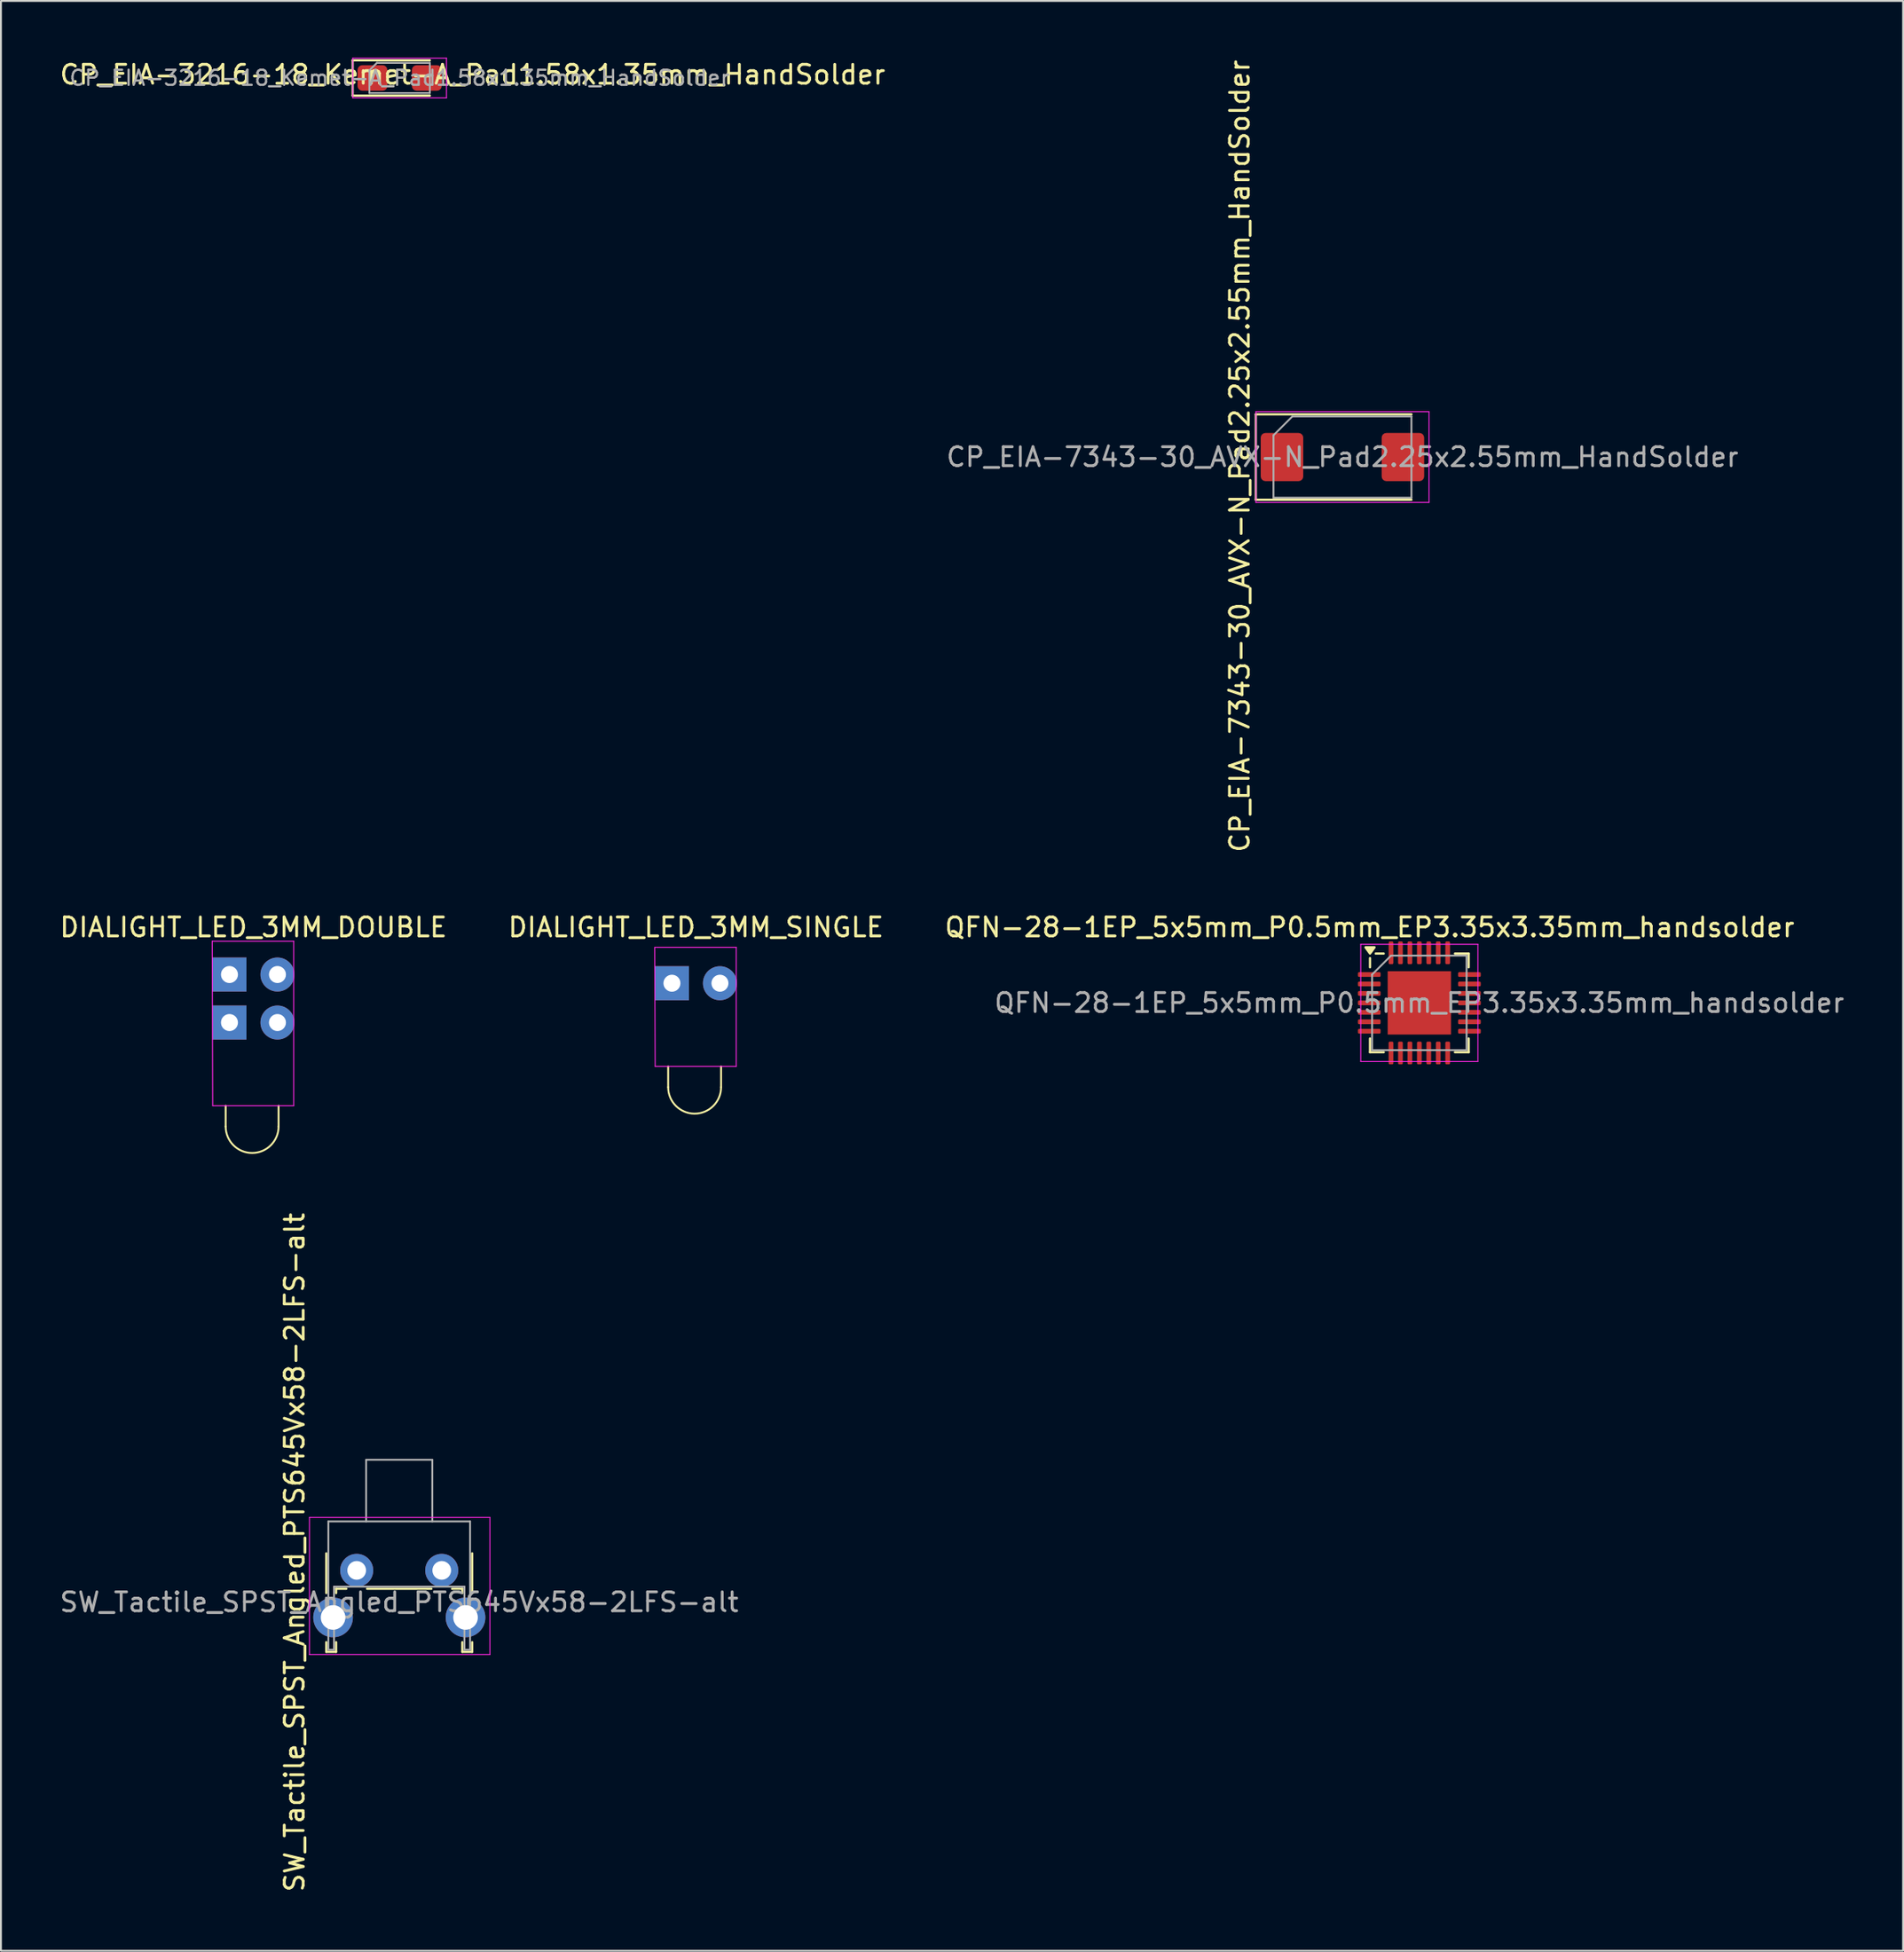
<source format=kicad_pcb>
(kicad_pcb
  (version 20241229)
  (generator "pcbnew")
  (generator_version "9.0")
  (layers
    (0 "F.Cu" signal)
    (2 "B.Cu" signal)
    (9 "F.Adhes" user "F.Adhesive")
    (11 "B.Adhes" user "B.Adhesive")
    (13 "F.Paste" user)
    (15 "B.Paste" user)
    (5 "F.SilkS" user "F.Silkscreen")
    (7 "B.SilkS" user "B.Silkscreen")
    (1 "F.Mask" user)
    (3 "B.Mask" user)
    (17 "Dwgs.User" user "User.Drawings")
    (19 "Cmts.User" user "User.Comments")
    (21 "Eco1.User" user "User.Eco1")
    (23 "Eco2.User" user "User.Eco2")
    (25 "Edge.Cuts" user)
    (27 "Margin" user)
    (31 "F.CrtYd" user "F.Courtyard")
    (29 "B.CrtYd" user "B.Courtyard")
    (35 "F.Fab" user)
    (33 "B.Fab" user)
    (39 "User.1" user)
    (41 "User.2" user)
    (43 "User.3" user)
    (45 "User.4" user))
  (footprint "SW_Tactile_SPST_Angled_PTS645Vx58-2LFS-alt"
    (layer "F.Cu")
    (at 15.827 80.024)
    (property "Reference" "SW_Tactile_SPST_Angled_PTS645Vx58-2LFS-alt" (at -3.288 -0.954 90) (layer "F.SilkS") (effects (font (size 1 1) (thickness 0.15))))
    (attr through_hole)
    (fp_line (start -1.61 -0.9) (end -1.61 1.2) (stroke (width 0.12) (type solid)) (layer "F.SilkS"))
    (fp_line (start -1.61 3.8) (end -1.61 4.31) (stroke (width 0.12) (type solid)) (layer "F.SilkS"))
    (fp_line (start -1.61 4.31) (end -1.09 4.31) (stroke (width 0.12) (type solid)) (layer "F.SilkS"))
    (fp_line (start -1.09 0.97) (end -1.09 1.2) (stroke (width 0.12) (type solid)) (layer "F.SilkS"))
    (fp_line (start -1.09 0.97) (end -0.55 0.97) (stroke (width 0.12) (type solid)) (layer "F.SilkS"))
    (fp_line (start -1.09 3.8) (end -1.09 4.31) (stroke (width 0.12) (type solid)) (layer "F.SilkS"))
    (fp_line (start 0.55 0.97) (end 3.95 0.97) (stroke (width 0.12) (type solid)) (layer "F.SilkS"))
    (fp_line (start 5.05 0.97) (end 5.59 0.97) (stroke (width 0.12) (type solid)) (layer "F.SilkS"))
    (fp_line (start 5.59 0.97) (end 5.59 1.2) (stroke (width 0.12) (type solid)) (layer "F.SilkS"))
    (fp_line (start 5.59 3.8) (end 5.59 4.31) (stroke (width 0.12) (type solid)) (layer "F.SilkS"))
    (fp_line (start 5.59 4.31) (end 6.11 4.31) (stroke (width 0.12) (type solid)) (layer "F.SilkS"))
    (fp_line (start 6.11 -0.9) (end 6.11 1.2) (stroke (width 0.12) (type solid)) (layer "F.SilkS"))
    (fp_line (start 6.11 3.8) (end 6.11 4.31) (stroke (width 0.12) (type solid)) (layer "F.SilkS"))
    (fp_line (start -2.5 -2.8) (end 7.05 -2.8) (stroke (width 0.05) (type solid)) (layer "F.CrtYd"))
    (fp_line (start -2.5 4.45) (end -2.5 -2.8) (stroke (width 0.05) (type solid)) (layer "F.CrtYd"))
    (fp_line (start 7.05 -2.8) (end 7.05 4.45) (stroke (width 0.05) (type solid)) (layer "F.CrtYd"))
    (fp_line (start 7.05 4.45) (end -2.5 4.45) (stroke (width 0.05) (type solid)) (layer "F.CrtYd"))
    (fp_line (start -1.5 -2.59) (end 6 -2.59) (stroke (width 0.1) (type solid)) (layer "F.Fab"))
    (fp_line (start -1.5 4.2) (end -1.5 -2.59) (stroke (width 0.1) (type solid)) (layer "F.Fab"))
    (fp_line (start -1.5 4.2) (end -1.2 4.2) (stroke (width 0.1) (type solid)) (layer "F.Fab"))
    (fp_line (start -1.2 0.86) (end 5.7 0.86) (stroke (width 0.1) (type solid)) (layer "F.Fab"))
    (fp_line (start -1.2 4.2) (end -1.2 0.86) (stroke (width 0.1) (type solid)) (layer "F.Fab"))
    (fp_line (start 0.5 -5.85) (end 0.5 -2.59) (stroke (width 0.1) (type solid)) (layer "F.Fab"))
    (fp_line (start 0.5 -5.85) (end 4 -5.85) (stroke (width 0.1) (type solid)) (layer "F.Fab"))
    (fp_line (start 4 -5.85) (end 4 -2.59) (stroke (width 0.1) (type solid)) (layer "F.Fab"))
    (fp_line (start 5.7 4.2) (end 5.7 0.86) (stroke (width 0.1) (type solid)) (layer "F.Fab"))
    (fp_line (start 5.7 4.2) (end 6 4.2) (stroke (width 0.1) (type solid)) (layer "F.Fab"))
    (fp_line (start 6 4.2) (end 6 -2.59) (stroke (width 0.1) (type solid)) (layer "F.Fab"))
    (fp_text user "${REFERENCE}" (at 2.25 1.68 0) (layer "F.Fab") (effects (font (size 1 1) (thickness 0.15))))
    (pad "1" thru_hole circle (at 0 0) (size 1.75 1.75) (drill 0.99) (layers "*.Cu" "*.Mask"))
    (pad "2" thru_hole circle (at 4.5 0) (size 1.75 1.75) (drill 0.99) (layers "*.Cu" "*.Mask"))
    (pad "SH" thru_hole circle (at -1.25 2.49) (size 2.1 2.1) (drill 1.3) (layers "*.Cu" "*.Mask"))
    (pad "SH" thru_hole circle (at 5.76 2.49) (size 2.1 2.1) (drill 1.3) (layers "*.Cu" "*.Mask")))
  (footprint "DIALIGHT_LED_3MM_SINGLE"
    (layer "F.Cu")
    (at 32.51 48.963)
    (property "Reference" "DIALIGHT_LED_3MM_SINGLE" (at 1.27 -2.96 0) (layer "F.SilkS") (effects (font (size 1 1) (thickness 0.15))))
    (attr through_hole)
    (fp_line (start -0.2 5.5) (end -0.2 4.4) (stroke (width 0.1) (type default)) (layer "F.SilkS"))
    (fp_line (start 2.6 5.5) (end 2.6 4.4) (stroke (width 0.1) (type default)) (layer "F.SilkS"))
    (fp_arc (start 2.6 5.5) (mid 1.2 6.9) (end -0.2 5.5) (stroke (width 0.1) (type default)) (layer "F.SilkS"))
    (fp_line (start -0.912 -1.9) (end -0.887 4.4) (stroke (width 0.05) (type solid)) (layer "F.CrtYd"))
    (fp_line (start -0.887 4.4) (end 3.4 4.4) (stroke (width 0.05) (type solid)) (layer "F.CrtYd"))
    (fp_line (start 3.4 -1.9) (end -0.912 -1.9) (stroke (width 0.05) (type solid)) (layer "F.CrtYd"))
    (fp_line (start 3.4 4.4) (end 3.4 -1.9) (stroke (width 0.05) (type solid)) (layer "F.CrtYd"))
    (pad "1" thru_hole rect (at 0 0) (size 1.8 1.8) (drill 0.9) (layers "*.Cu" "*.Mask"))
    (pad "2" thru_hole circle (at 2.54 0) (size 1.8 1.8) (drill 0.9) (layers "*.Cu" "*.Mask")))
  (footprint "DIALIGHT_LED_3MM_DOUBLE"
    (layer "F.Cu")
    (at 9.093 48.503)
    (property "Reference" "DIALIGHT_LED_3MM_DOUBLE" (at 1.27 -2.499 0) (layer "F.SilkS") (effects (font (size 1 1) (thickness 0.15))))
    (attr through_hole)
    (fp_line (start -0.2 8.04) (end -0.2 6.94) (stroke (width 0.1) (type default)) (layer "F.SilkS"))
    (fp_line (start 2.6 8.04) (end 2.6 6.94) (stroke (width 0.1) (type default)) (layer "F.SilkS"))
    (fp_arc (start 2.6 8.04) (mid 1.2 9.44) (end -0.2 8.04) (stroke (width 0.1) (type default)) (layer "F.SilkS"))
    (fp_line (start -0.912 -1.76) (end -0.887 6.94) (stroke (width 0.05) (type solid)) (layer "F.CrtYd"))
    (fp_line (start -0.887 6.94) (end 3.4 6.94) (stroke (width 0.05) (type solid)) (layer "F.CrtYd"))
    (fp_line (start 3.4 -1.76) (end -0.912 -1.76) (stroke (width 0.05) (type solid)) (layer "F.CrtYd"))
    (fp_line (start 3.4 6.94) (end 3.4 -1.76) (stroke (width 0.05) (type solid)) (layer "F.CrtYd"))
    (pad "1" thru_hole rect (at 0 0) (size 1.8 1.8) (drill 0.9) (layers "*.Cu" "*.Mask"))
    (pad "2" thru_hole circle (at 2.54 0) (size 1.8 1.8) (drill 0.9) (layers "*.Cu" "*.Mask"))
    (pad "3" thru_hole rect (at 0 2.54) (size 1.8 1.8) (drill 0.9) (layers "*.Cu" "*.Mask"))
    (pad "4" thru_hole circle (at 2.54 2.54) (size 1.8 1.8) (drill 0.9) (layers "*.Cu" "*.Mask")))
  (footprint "CP_EIA-3216-18_Kemet-A_Pad1.58x1.35mm_HandSolder"
    (layer "F.Cu")
    (at 18.098 1.075)
    (property "Reference" "CP_EIA-3216-18_Kemet-A_Pad1.58x1.35mm_HandSolder" (at 3.861 -0.178 0) (layer "F.SilkS") (effects (font (size 1 1) (thickness 0.15))))
    (attr smd)
    (fp_line (start -2.485 -0.935) (end -2.485 0.935) (stroke (width 0.12) (type solid)) (layer "F.SilkS"))
    (fp_line (start -2.485 0.935) (end 1.6 0.935) (stroke (width 0.12) (type solid)) (layer "F.SilkS"))
    (fp_line (start 1.6 -0.935) (end -2.485 -0.935) (stroke (width 0.12) (type solid)) (layer "F.SilkS"))
    (fp_line (start -2.48 -1.05) (end 2.48 -1.05) (stroke (width 0.05) (type solid)) (layer "F.CrtYd"))
    (fp_line (start -2.48 1.05) (end -2.48 -1.05) (stroke (width 0.05) (type solid)) (layer "F.CrtYd"))
    (fp_line (start 2.48 -1.05) (end 2.48 1.05) (stroke (width 0.05) (type solid)) (layer "F.CrtYd"))
    (fp_line (start 2.48 1.05) (end -2.48 1.05) (stroke (width 0.05) (type solid)) (layer "F.CrtYd"))
    (fp_line (start -1.6 -0.4) (end -1.6 0.8) (stroke (width 0.1) (type solid)) (layer "F.Fab"))
    (fp_line (start -1.6 0.8) (end 1.6 0.8) (stroke (width 0.1) (type solid)) (layer "F.Fab"))
    (fp_line (start -1.2 -0.8) (end -1.6 -0.4) (stroke (width 0.1) (type solid)) (layer "F.Fab"))
    (fp_line (start 1.6 -0.8) (end -1.2 -0.8) (stroke (width 0.1) (type solid)) (layer "F.Fab"))
    (fp_line (start 1.6 0.8) (end 1.6 -0.8) (stroke (width 0.1) (type solid)) (layer "F.Fab"))
    (fp_text user "${REFERENCE}" (at 0 0 0) (layer "F.Fab") (effects (font (size 0.8 0.8) (thickness 0.12))))
    (pad "1" smd roundrect (at -1.438 0) (size 1.575 1.35) (layers "F.Cu" "F.Mask" "F.Paste") (roundrect_rratio 0.185))
    (pad "2" smd roundrect (at 1.438 0) (size 1.575 1.35) (layers "F.Cu" "F.Mask" "F.Paste") (roundrect_rratio 0.185)))
  (footprint "CP_EIA-7343-30_AVX-N_Pad2.25x2.55mm_HandSolder"
    (layer "F.Cu")
    (at 67.994 21.128)
    (property "Reference" "CP_EIA-7343-30_AVX-N_Pad2.25x2.55mm_HandSolder" (at -5.435 -0.051 90) (layer "F.SilkS") (effects (font (size 1 1) (thickness 0.15))))
    (attr smd)
    (fp_line (start -4.585 -2.26) (end -4.585 2.26) (stroke (width 0.12) (type solid)) (layer "F.SilkS"))
    (fp_line (start -4.585 2.26) (end 3.65 2.26) (stroke (width 0.12) (type solid)) (layer "F.SilkS"))
    (fp_line (start 3.65 -2.26) (end -4.585 -2.26) (stroke (width 0.12) (type solid)) (layer "F.SilkS"))
    (fp_line (start -4.58 -2.4) (end 4.58 -2.4) (stroke (width 0.05) (type solid)) (layer "F.CrtYd"))
    (fp_line (start -4.58 2.4) (end -4.58 -2.4) (stroke (width 0.05) (type solid)) (layer "F.CrtYd"))
    (fp_line (start 4.58 -2.4) (end 4.58 2.4) (stroke (width 0.05) (type solid)) (layer "F.CrtYd"))
    (fp_line (start 4.58 2.4) (end -4.58 2.4) (stroke (width 0.05) (type solid)) (layer "F.CrtYd"))
    (fp_line (start -3.65 -1.15) (end -3.65 2.15) (stroke (width 0.1) (type solid)) (layer "F.Fab"))
    (fp_line (start -3.65 2.15) (end 3.65 2.15) (stroke (width 0.1) (type solid)) (layer "F.Fab"))
    (fp_line (start -2.65 -2.15) (end -3.65 -1.15) (stroke (width 0.1) (type solid)) (layer "F.Fab"))
    (fp_line (start 3.65 -2.15) (end -2.65 -2.15) (stroke (width 0.1) (type solid)) (layer "F.Fab"))
    (fp_line (start 3.65 2.15) (end 3.65 -2.15) (stroke (width 0.1) (type solid)) (layer "F.Fab"))
    (fp_text user "${REFERENCE}" (at 0 0 0) (layer "F.Fab") (effects (font (size 1 1) (thickness 0.15))))
    (pad "1" smd roundrect (at -3.2 0) (size 2.25 2.55) (layers "F.Cu" "F.Mask" "F.Paste") (roundrect_rratio 0.111))
    (pad "2" smd roundrect (at 3.2 0) (size 2.25 2.55) (layers "F.Cu" "F.Mask" "F.Paste") (roundrect_rratio 0.111)))
  (footprint "QFN-28-1EP_5x5mm_P0.5mm_EP3.35x3.35mm_handsolder"
    (layer "F.Cu")
    (at 72.063 50.004)
    (property "Reference" "QFN-28-1EP_5x5mm_P0.5mm_EP3.35x3.35mm_handsolder" (at -2.628 -4 0) (layer "F.SilkS") (effects (font (size 1 1) (thickness 0.15))))
    (attr smd)
    (fp_line (start -2.61 -1.885) (end -2.61 -2.37) (stroke (width 0.12) (type solid)) (layer "F.SilkS"))
    (fp_line (start -2.61 2.61) (end -2.61 1.885) (stroke (width 0.12) (type solid)) (layer "F.SilkS"))
    (fp_line (start -1.885 -2.61) (end -2.31 -2.61) (stroke (width 0.12) (type solid)) (layer "F.SilkS"))
    (fp_line (start -1.885 2.61) (end -2.61 2.61) (stroke (width 0.12) (type solid)) (layer "F.SilkS"))
    (fp_line (start 1.885 -2.61) (end 2.61 -2.61) (stroke (width 0.12) (type solid)) (layer "F.SilkS"))
    (fp_line (start 1.885 2.61) (end 2.61 2.61) (stroke (width 0.12) (type solid)) (layer "F.SilkS"))
    (fp_line (start 2.61 -2.61) (end 2.61 -1.885) (stroke (width 0.12) (type solid)) (layer "F.SilkS"))
    (fp_line (start 2.61 2.61) (end 2.61 1.885) (stroke (width 0.12) (type solid)) (layer "F.SilkS"))
    (fp_poly (pts (xy -2.61 -2.61) (xy -2.85 -2.94) (xy -2.37 -2.94) (xy -2.61 -2.61)) (stroke (width 0.12) (type solid)) (fill yes) (layer "F.SilkS"))
    (fp_line (start -3.1 -3.1) (end -3.1 3.1) (stroke (width 0.05) (type solid)) (layer "F.CrtYd"))
    (fp_line (start -3.1 3.1) (end 3.1 3.1) (stroke (width 0.05) (type solid)) (layer "F.CrtYd"))
    (fp_line (start 3.1 -3.1) (end -3.1 -3.1) (stroke (width 0.05) (type solid)) (layer "F.CrtYd"))
    (fp_line (start 3.1 3.1) (end 3.1 -3.1) (stroke (width 0.05) (type solid)) (layer "F.CrtYd"))
    (fp_line (start -2.5 -1.5) (end -1.5 -2.5) (stroke (width 0.1) (type solid)) (layer "F.Fab"))
    (fp_line (start -2.5 2.5) (end -2.5 -1.5) (stroke (width 0.1) (type solid)) (layer "F.Fab"))
    (fp_line (start -1.5 -2.5) (end 2.5 -2.5) (stroke (width 0.1) (type solid)) (layer "F.Fab"))
    (fp_line (start 2.5 -2.5) (end 2.5 2.5) (stroke (width 0.1) (type solid)) (layer "F.Fab"))
    (fp_line (start 2.5 2.5) (end -2.5 2.5) (stroke (width 0.1) (type solid)) (layer "F.Fab"))
    (fp_text user "${REFERENCE}" (at 0 0 0) (layer "F.Fab") (effects (font (size 1 1) (thickness 0.15))))
    (pad "" smd roundrect (at -1.12 -1.12) (size 0.9 0.9) (layers "F.Paste") (roundrect_rratio 0.25))
    (pad "" smd roundrect (at -1.12 0) (size 0.9 0.9) (layers "F.Paste") (roundrect_rratio 0.25))
    (pad "" smd roundrect (at -1.12 1.12) (size 0.9 0.9) (layers "F.Paste") (roundrect_rratio 0.25))
    (pad "" smd roundrect (at 0 -1.12) (size 0.9 0.9) (layers "F.Paste") (roundrect_rratio 0.25))
    (pad "" smd roundrect (at 0 0) (size 0.9 0.9) (layers "F.Paste") (roundrect_rratio 0.25))
    (pad "" smd roundrect (at 0 1.12) (size 0.9 0.9) (layers "F.Paste") (roundrect_rratio 0.25))
    (pad "" smd roundrect (at 1.12 -1.12) (size 0.9 0.9) (layers "F.Paste") (roundrect_rratio 0.25))
    (pad "" smd roundrect (at 1.12 0) (size 0.9 0.9) (layers "F.Paste") (roundrect_rratio 0.25))
    (pad "" smd roundrect (at 1.12 1.12) (size 0.9 0.9) (layers "F.Paste") (roundrect_rratio 0.25))
    (pad "1" smd roundrect (at -2.65 -1.5) (size 1.2 0.25) (layers "F.Cu" "F.Mask" "F.Paste") (roundrect_rratio 0.25))
    (pad "2" smd roundrect (at -2.65 -1) (size 1.2 0.25) (layers "F.Cu" "F.Mask" "F.Paste") (roundrect_rratio 0.25))
    (pad "3" smd roundrect (at -2.65 -0.5) (size 1.2 0.25) (layers "F.Cu" "F.Mask" "F.Paste") (roundrect_rratio 0.25))
    (pad "4" smd roundrect (at -2.65 0) (size 1.2 0.25) (layers "F.Cu" "F.Mask" "F.Paste") (roundrect_rratio 0.25))
    (pad "5" smd roundrect (at -2.65 0.5) (size 1.2 0.25) (layers "F.Cu" "F.Mask" "F.Paste") (roundrect_rratio 0.25))
    (pad "6" smd roundrect (at -2.65 1) (size 1.2 0.25) (layers "F.Cu" "F.Mask" "F.Paste") (roundrect_rratio 0.25))
    (pad "7" smd roundrect (at -2.65 1.5) (size 1.2 0.25) (layers "F.Cu" "F.Mask" "F.Paste") (roundrect_rratio 0.25))
    (pad "8" smd roundrect (at -1.5 2.65) (size 0.25 1.2) (layers "F.Cu" "F.Mask" "F.Paste") (roundrect_rratio 0.25))
    (pad "9" smd roundrect (at -1 2.65) (size 0.25 1.2) (layers "F.Cu" "F.Mask" "F.Paste") (roundrect_rratio 0.25))
    (pad "10" smd roundrect (at -0.5 2.65) (size 0.25 1.2) (layers "F.Cu" "F.Mask" "F.Paste") (roundrect_rratio 0.25))
    (pad "11" smd roundrect (at 0 2.65) (size 0.25 1.2) (layers "F.Cu" "F.Mask" "F.Paste") (roundrect_rratio 0.25))
    (pad "12" smd roundrect (at 0.5 2.65) (size 0.25 1.2) (layers "F.Cu" "F.Mask" "F.Paste") (roundrect_rratio 0.25))
    (pad "13" smd roundrect (at 1 2.65) (size 0.25 1.2) (layers "F.Cu" "F.Mask" "F.Paste") (roundrect_rratio 0.25))
    (pad "14" smd roundrect (at 1.5 2.65) (size 0.25 1.2) (layers "F.Cu" "F.Mask" "F.Paste") (roundrect_rratio 0.25))
    (pad "15" smd roundrect (at 2.65 1.5) (size 1.2 0.25) (layers "F.Cu" "F.Mask" "F.Paste") (roundrect_rratio 0.25))
    (pad "16" smd roundrect (at 2.65 1) (size 1.2 0.25) (layers "F.Cu" "F.Mask" "F.Paste") (roundrect_rratio 0.25))
    (pad "17" smd roundrect (at 2.65 0.5) (size 1.2 0.25) (layers "F.Cu" "F.Mask" "F.Paste") (roundrect_rratio 0.25))
    (pad "18" smd roundrect (at 2.65 0) (size 1.2 0.25) (layers "F.Cu" "F.Mask" "F.Paste") (roundrect_rratio 0.25))
    (pad "19" smd roundrect (at 2.65 -0.5) (size 1.2 0.25) (layers "F.Cu" "F.Mask" "F.Paste") (roundrect_rratio 0.25))
    (pad "20" smd roundrect (at 2.65 -1) (size 1.2 0.25) (layers "F.Cu" "F.Mask" "F.Paste") (roundrect_rratio 0.25))
    (pad "21" smd roundrect (at 2.65 -1.5) (size 1.2 0.25) (layers "F.Cu" "F.Mask" "F.Paste") (roundrect_rratio 0.25))
    (pad "22" smd roundrect (at 1.5 -2.65) (size 0.25 1.2) (layers "F.Cu" "F.Mask" "F.Paste") (roundrect_rratio 0.25))
    (pad "23" smd roundrect (at 1 -2.65) (size 0.25 1.2) (layers "F.Cu" "F.Mask" "F.Paste") (roundrect_rratio 0.25))
    (pad "24" smd roundrect (at 0.5 -2.65) (size 0.25 1.2) (layers "F.Cu" "F.Mask" "F.Paste") (roundrect_rratio 0.25))
    (pad "25" smd roundrect (at 0 -2.65) (size 0.25 1.2) (layers "F.Cu" "F.Mask" "F.Paste") (roundrect_rratio 0.25))
    (pad "26" smd roundrect (at -0.5 -2.65) (size 0.25 1.2) (layers "F.Cu" "F.Mask" "F.Paste") (roundrect_rratio 0.25))
    (pad "27" smd roundrect (at -1 -2.65) (size 0.25 1.2) (layers "F.Cu" "F.Mask" "F.Paste") (roundrect_rratio 0.25))
    (pad "28" smd roundrect (at -1.5 -2.65) (size 0.25 1.2) (layers "F.Cu" "F.Mask" "F.Paste") (roundrect_rratio 0.25))
    (pad "29" smd rect (at 0 0) (size 3.35 3.35) (property pad_prop_heatsink) (layers "F.Cu" "F.Mask")))
  (gr_rect
    (start -3 -3)
    (end 97.664 100.147)
    (stroke (width 0.1) (type default))
    (fill no)
    (layer "Edge.Cuts")))
</source>
